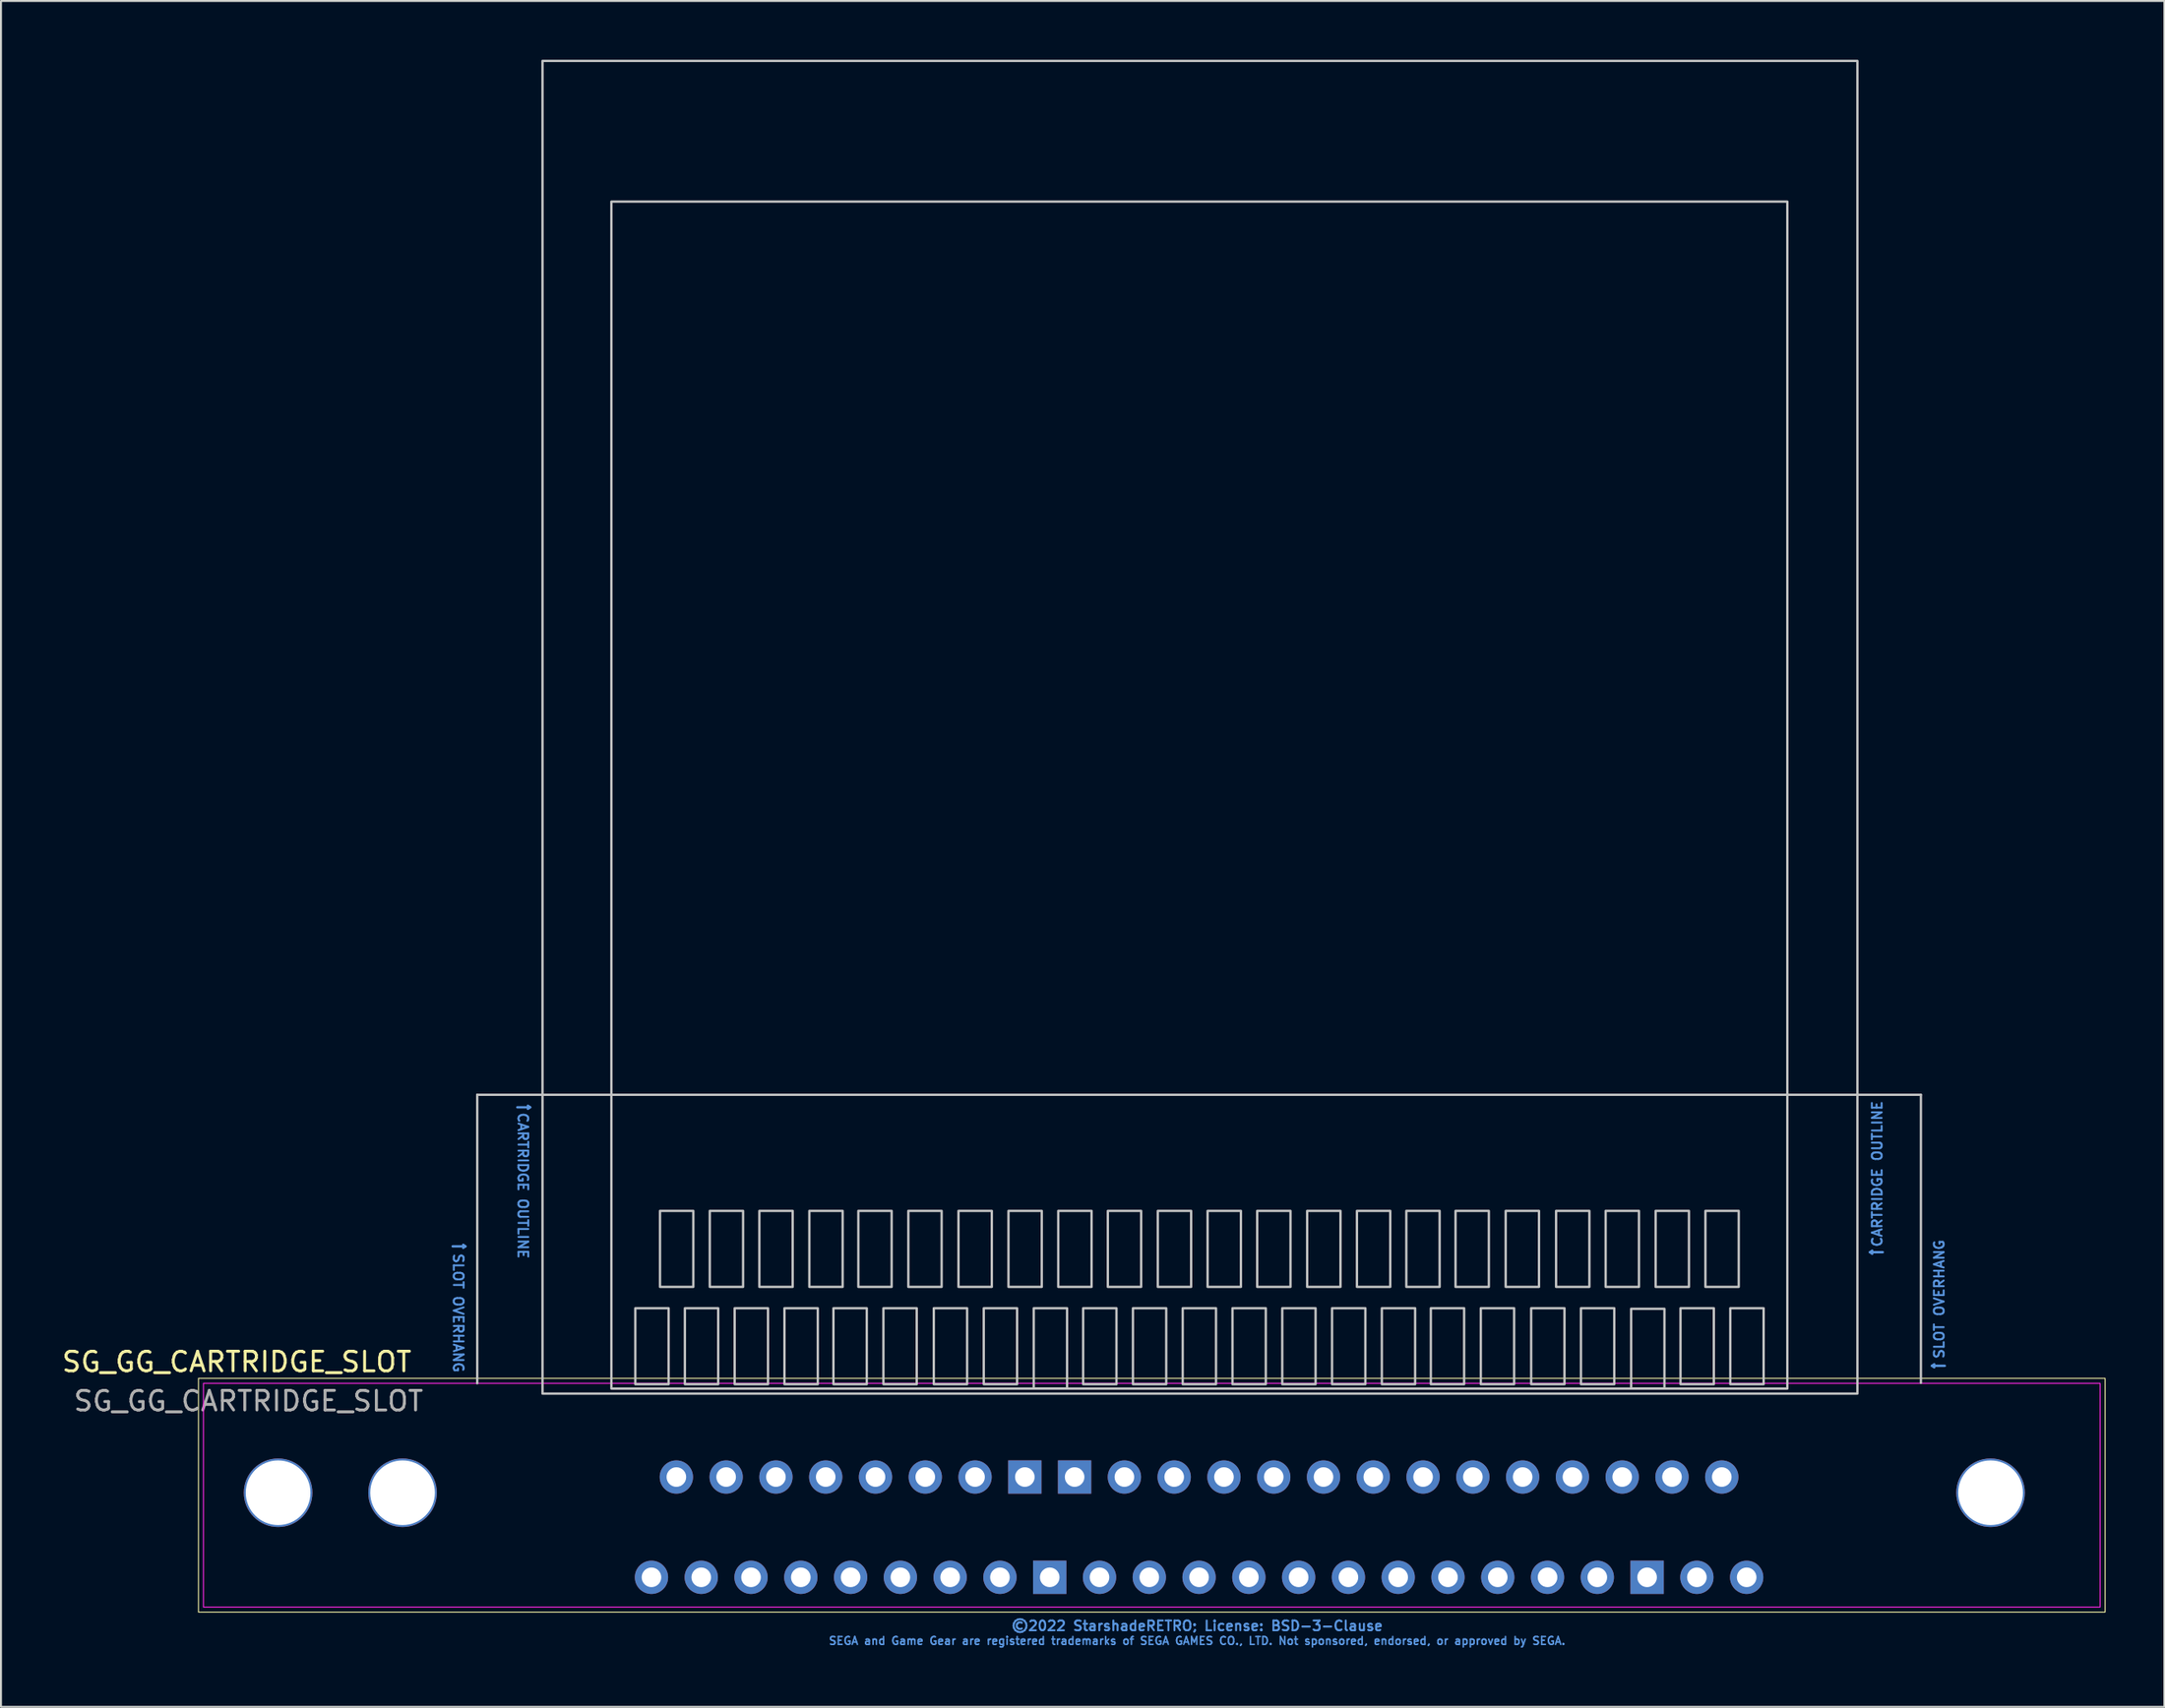
<source format=kicad_pcb>
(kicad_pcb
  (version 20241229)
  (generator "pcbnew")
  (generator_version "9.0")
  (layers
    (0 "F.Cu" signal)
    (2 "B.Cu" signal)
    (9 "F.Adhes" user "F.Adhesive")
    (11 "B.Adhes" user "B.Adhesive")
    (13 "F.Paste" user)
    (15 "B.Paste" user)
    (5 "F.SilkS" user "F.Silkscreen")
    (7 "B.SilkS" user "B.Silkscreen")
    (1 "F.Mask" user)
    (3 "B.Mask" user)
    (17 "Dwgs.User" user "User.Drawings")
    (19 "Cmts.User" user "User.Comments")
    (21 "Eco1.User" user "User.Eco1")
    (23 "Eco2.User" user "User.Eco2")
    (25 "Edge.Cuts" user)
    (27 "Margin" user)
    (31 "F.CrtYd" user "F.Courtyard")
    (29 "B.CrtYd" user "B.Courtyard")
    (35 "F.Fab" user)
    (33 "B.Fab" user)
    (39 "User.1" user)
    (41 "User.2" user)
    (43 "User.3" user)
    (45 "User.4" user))
  (footprint "SG_GG_CARTRIDGE_SLOT"
    (layer "F.Cu")
    (at 58.03 74.89)
    (property "Reference" "SG_GG_CARTRIDGE_SLOT" (at -49 -8.4 0) (unlocked yes) (layer "F.SilkS") (effects (font (size 1 1) (thickness 0.15))))
    (attr through_hole)
    (fp_poly (pts (xy -50.954 4.378) (xy -50.954 -7.56) (xy 46.328 -7.56) (xy 46.328 4.378)) (stroke (width 0.05) (type solid)) (fill no) (layer "F.SilkS"))
    (fp_line (start -36.73 -22.038) (end 36.93 -22.038) (stroke (width 0.12) (type solid)) (layer "Dwgs.User"))
    (fp_line (start -36.73 -7.306) (end -36.73 -22.038) (stroke (width 0.12) (type solid)) (layer "Dwgs.User"))
    (fp_line (start 36.93 -7.33) (end 36.93 -22.038) (stroke (width 0.12) (type solid)) (layer "Dwgs.User"))
    (fp_rect (start -33.4 -6.78) (end 33.69 -74.83) (stroke (width 0.12) (type solid)) (fill no) (layer "Dwgs.User"))
    (fp_rect (start -29.885 -7.036) (end 30.115 -67.646) (stroke (width 0.12) (type solid)) (fill no) (layer "Dwgs.User"))
    (fp_rect (start -28.665 -7.26) (end -26.965 -11.14) (stroke (width 0.12) (type solid)) (fill no) (layer "Dwgs.User"))
    (fp_rect (start -27.405 -12.23) (end -25.705 -16.11) (stroke (width 0.12) (type solid)) (fill no) (layer "Dwgs.User"))
    (fp_rect (start -26.135 -7.26) (end -24.435 -11.14) (stroke (width 0.12) (type solid)) (fill no) (layer "Dwgs.User"))
    (fp_rect (start -24.865 -12.23) (end -23.165 -16.11) (stroke (width 0.12) (type solid)) (fill no) (layer "Dwgs.User"))
    (fp_rect (start -23.595 -7.26) (end -21.895 -11.14) (stroke (width 0.12) (type solid)) (fill no) (layer "Dwgs.User"))
    (fp_rect (start -22.335 -12.23) (end -20.635 -16.11) (stroke (width 0.12) (type solid)) (fill no) (layer "Dwgs.User"))
    (fp_rect (start -21.055 -7.26) (end -19.355 -11.14) (stroke (width 0.12) (type solid)) (fill no) (layer "Dwgs.User"))
    (fp_rect (start -19.785 -12.23) (end -18.085 -16.11) (stroke (width 0.12) (type solid)) (fill no) (layer "Dwgs.User"))
    (fp_rect (start -18.555 -7.26) (end -16.855 -11.14) (stroke (width 0.12) (type solid)) (fill no) (layer "Dwgs.User"))
    (fp_rect (start -17.285 -12.23) (end -15.585 -16.11) (stroke (width 0.12) (type solid)) (fill no) (layer "Dwgs.User"))
    (fp_rect (start -16.005 -7.26) (end -14.305 -11.14) (stroke (width 0.12) (type solid)) (fill no) (layer "Dwgs.User"))
    (fp_rect (start -14.735 -12.23) (end -13.035 -16.11) (stroke (width 0.12) (type solid)) (fill no) (layer "Dwgs.User"))
    (fp_rect (start -13.435 -7.26) (end -11.735 -11.14) (stroke (width 0.12) (type solid)) (fill no) (layer "Dwgs.User"))
    (fp_rect (start -12.175 -12.23) (end -10.475 -16.11) (stroke (width 0.12) (type solid)) (fill no) (layer "Dwgs.User"))
    (fp_rect (start -10.885 -7.26) (end -9.185 -11.14) (stroke (width 0.12) (type solid)) (fill no) (layer "Dwgs.User"))
    (fp_rect (start -9.625 -12.23) (end -7.925 -16.11) (stroke (width 0.12) (type solid)) (fill no) (layer "Dwgs.User"))
    (fp_rect (start -8.335 -7.04) (end -6.635 -11.14) (stroke (width 0.12) (type solid)) (fill no) (layer "Dwgs.User"))
    (fp_rect (start -7.085 -12.23) (end -5.385 -16.11) (stroke (width 0.12) (type solid)) (fill no) (layer "Dwgs.User"))
    (fp_rect (start -5.815 -7.26) (end -4.115 -11.14) (stroke (width 0.12) (type solid)) (fill no) (layer "Dwgs.User"))
    (fp_rect (start -4.555 -12.23) (end -2.855 -16.11) (stroke (width 0.12) (type solid)) (fill no) (layer "Dwgs.User"))
    (fp_rect (start -3.275 -7.26) (end -1.575 -11.14) (stroke (width 0.12) (type solid)) (fill no) (layer "Dwgs.User"))
    (fp_rect (start -2.005 -12.23) (end -0.305 -16.11) (stroke (width 0.12) (type solid)) (fill no) (layer "Dwgs.User"))
    (fp_rect (start -0.735 -7.26) (end 0.965 -11.14) (stroke (width 0.12) (type solid)) (fill no) (layer "Dwgs.User"))
    (fp_rect (start 0.535 -12.23) (end 2.235 -16.11) (stroke (width 0.12) (type solid)) (fill no) (layer "Dwgs.User"))
    (fp_rect (start 1.805 -7.26) (end 3.505 -11.14) (stroke (width 0.12) (type solid)) (fill no) (layer "Dwgs.User"))
    (fp_rect (start 3.065 -12.23) (end 4.765 -16.11) (stroke (width 0.12) (type solid)) (fill no) (layer "Dwgs.User"))
    (fp_rect (start 4.345 -7.26) (end 6.045 -11.14) (stroke (width 0.12) (type solid)) (fill no) (layer "Dwgs.User"))
    (fp_rect (start 5.615 -12.23) (end 7.315 -16.11) (stroke (width 0.12) (type solid)) (fill no) (layer "Dwgs.User"))
    (fp_rect (start 6.885 -7.26) (end 8.585 -11.14) (stroke (width 0.12) (type solid)) (fill no) (layer "Dwgs.User"))
    (fp_rect (start 8.155 -12.23) (end 9.855 -16.11) (stroke (width 0.12) (type solid)) (fill no) (layer "Dwgs.User"))
    (fp_rect (start 9.425 -7.26) (end 11.125 -11.14) (stroke (width 0.12) (type solid)) (fill no) (layer "Dwgs.User"))
    (fp_rect (start 10.675 -12.23) (end 12.375 -16.11) (stroke (width 0.12) (type solid)) (fill no) (layer "Dwgs.User"))
    (fp_rect (start 11.925 -7.26) (end 13.625 -11.14) (stroke (width 0.12) (type solid)) (fill no) (layer "Dwgs.User"))
    (fp_rect (start 13.185 -12.23) (end 14.885 -16.11) (stroke (width 0.12) (type solid)) (fill no) (layer "Dwgs.User"))
    (fp_rect (start 14.475 -7.26) (end 16.175 -11.14) (stroke (width 0.12) (type solid)) (fill no) (layer "Dwgs.User"))
    (fp_rect (start 15.745 -12.23) (end 17.445 -16.11) (stroke (width 0.12) (type solid)) (fill no) (layer "Dwgs.User"))
    (fp_rect (start 17.045 -7.26) (end 18.745 -11.14) (stroke (width 0.12) (type solid)) (fill no) (layer "Dwgs.User"))
    (fp_rect (start 18.315 -12.23) (end 20.015 -16.11) (stroke (width 0.12) (type solid)) (fill no) (layer "Dwgs.User"))
    (fp_rect (start 19.585 -7.26) (end 21.285 -11.14) (stroke (width 0.12) (type solid)) (fill no) (layer "Dwgs.User"))
    (fp_rect (start 20.845 -12.23) (end 22.545 -16.11) (stroke (width 0.12) (type solid)) (fill no) (layer "Dwgs.User"))
    (fp_rect (start 22.145 -7.04) (end 23.845 -11.11) (stroke (width 0.12) (type solid)) (fill no) (layer "Dwgs.User"))
    (fp_rect (start 23.395 -12.23) (end 25.095 -16.11) (stroke (width 0.12) (type solid)) (fill no) (layer "Dwgs.User"))
    (fp_rect (start 24.665 -7.26) (end 26.365 -11.14) (stroke (width 0.12) (type solid)) (fill no) (layer "Dwgs.User"))
    (fp_rect (start 25.935 -12.23) (end 27.635 -16.11) (stroke (width 0.12) (type solid)) (fill no) (layer "Dwgs.User"))
    (fp_rect (start 27.205 -7.26) (end 28.905 -11.14) (stroke (width 0.12) (type solid)) (fill no) (layer "Dwgs.User"))
    (fp_line (start -37.985 -14.3) (end -37.335 -14.3) (stroke (width 0.12) (type solid)) (layer "Cmts.User"))
    (fp_line (start -37.335 -14.3) (end -37.445 -14.38) (stroke (width 0.12) (type solid)) (layer "Cmts.User"))
    (fp_line (start -37.335 -14.3) (end -37.445 -14.22) (stroke (width 0.12) (type solid)) (layer "Cmts.User"))
    (fp_line (start -34.685 -21.4) (end -34.035 -21.4) (stroke (width 0.12) (type solid)) (layer "Cmts.User"))
    (fp_line (start -34.035 -21.4) (end -34.145 -21.48) (stroke (width 0.12) (type solid)) (layer "Cmts.User"))
    (fp_line (start -34.035 -21.4) (end -34.145 -21.32) (stroke (width 0.12) (type solid)) (layer "Cmts.User"))
    (fp_line (start 34.335 -14) (end 34.445 -14.08) (stroke (width 0.12) (type solid)) (layer "Cmts.User"))
    (fp_line (start 34.335 -14) (end 34.445 -13.92) (stroke (width 0.12) (type solid)) (layer "Cmts.User"))
    (fp_line (start 34.985 -14) (end 34.335 -14) (stroke (width 0.12) (type solid)) (layer "Cmts.User"))
    (fp_line (start 37.5 -8.2) (end 37.61 -8.28) (stroke (width 0.12) (type solid)) (layer "Cmts.User"))
    (fp_line (start 37.5 -8.2) (end 37.61 -8.12) (stroke (width 0.12) (type solid)) (layer "Cmts.User"))
    (fp_line (start 38.15 -8.2) (end 37.5 -8.2) (stroke (width 0.12) (type solid)) (layer "Cmts.User"))
    (fp_poly (pts (xy -50.7 4.124) (xy -50.7 -7.306) (xy 46.074 -7.306) (xy 46.074 4.124)) (stroke (width 0.05) (type solid)) (fill no) (layer "F.CrtYd"))
    (fp_text user "SLOT OVERHANG" (at 37.865 -11.6 90) (unlocked yes) (layer "Cmts.User") (effects (font (size 0.5 0.5) (thickness 0.1))))
    (fp_text user "©2022 StarshadeRETRO; License: BSD-3-Clause" (at 0 5.08 0) (layer "Cmts.User") (effects (font (size 0.5 0.5) (thickness 0.1))))
    (fp_text user "SEGA and Game Gear are registered trademarks of SEGA GAMES CO., LTD. Not sponsored, endorsed, or approved by SEGA." (at 0 5.842 0) (layer "Cmts.User") (effects (font (size 0.4 0.4) (thickness 0.08))))
    (fp_text user "CARTRIDGE OUTLINE" (at -34.4 -17.4 270) (unlocked yes) (layer "Cmts.User") (effects (font (size 0.5 0.5) (thickness 0.1))))
    (fp_text user "CARTRIDGE OUTLINE" (at 34.7 -18 90) (unlocked yes) (layer "Cmts.User") (effects (font (size 0.5 0.5) (thickness 0.1))))
    (fp_text user "SLOT OVERHANG" (at -37.7 -10.9 270) (unlocked yes) (layer "Cmts.User") (effects (font (size 0.5 0.5) (thickness 0.1))))
    (fp_text user "${REFERENCE}" (at -48.4 -6.4 0) (unlocked yes) (layer "F.Fab") (effects (font (size 1 1) (thickness 0.15))))
    (pad "" np_thru_hole circle (at -46.89 -1.718 90) (size 3.5 3.5) (drill 3.3) (layers "*.Cu" "*.Mask"))
    (pad "" np_thru_hole circle (at -40.54 -1.718 90) (size 3.5 3.5) (drill 3.3) (layers "*.Cu" "*.Mask"))
    (pad "" np_thru_hole circle (at 40.486 -1.718 90) (size 3.5 3.5) (drill 3.3) (layers "*.Cu" "*.Mask"))
    (pad "1" thru_hole circle (at -27.84 2.6 90) (size 1.7 1.7) (drill 1) (layers "*.Cu" "*.Mask"))
    (pad "2" thru_hole circle (at -26.57 -2.52 90) (size 1.7 1.7) (drill 1) (layers "*.Cu" "*.Mask"))
    (pad "3" thru_hole oval (at -25.3 2.6 90) (size 1.7 1.7) (drill 1) (layers "*.Cu" "*.Mask"))
    (pad "4" thru_hole oval (at -24.03 -2.52 90) (size 1.7 1.7) (drill 1) (layers "*.Cu" "*.Mask"))
    (pad "5" thru_hole oval (at -22.76 2.6 90) (size 1.7 1.7) (drill 1) (layers "*.Cu" "*.Mask"))
    (pad "6" thru_hole oval (at -21.49 -2.52 90) (size 1.7 1.7) (drill 1) (layers "*.Cu" "*.Mask"))
    (pad "7" thru_hole oval (at -20.22 2.6 90) (size 1.7 1.7) (drill 1) (layers "*.Cu" "*.Mask"))
    (pad "8" thru_hole oval (at -18.95 -2.52 90) (size 1.7 1.7) (drill 1) (layers "*.Cu" "*.Mask"))
    (pad "9" thru_hole oval (at -17.68 2.6 90) (size 1.7 1.7) (drill 1) (layers "*.Cu" "*.Mask"))
    (pad "10" thru_hole oval (at -16.41 -2.52 90) (size 1.7 1.7) (drill 1) (layers "*.Cu" "*.Mask"))
    (pad "11" thru_hole oval (at -15.14 2.6 90) (size 1.7 1.7) (drill 1) (layers "*.Cu" "*.Mask"))
    (pad "12" thru_hole oval (at -13.87 -2.52 90) (size 1.7 1.7) (drill 1) (layers "*.Cu" "*.Mask"))
    (pad "13" thru_hole oval (at -12.6 2.6 90) (size 1.7 1.7) (drill 1) (layers "*.Cu" "*.Mask"))
    (pad "14" thru_hole oval (at -11.33 -2.52 90) (size 1.7 1.7) (drill 1) (layers "*.Cu" "*.Mask"))
    (pad "15" thru_hole oval (at -10.06 2.6 90) (size 1.7 1.7) (drill 1) (layers "*.Cu" "*.Mask"))
    (pad "16" thru_hole rect (at -8.79 -2.52 90) (size 1.7 1.7) (drill 1) (layers "*.Cu" "*.Mask"))
    (pad "17" thru_hole rect (at -7.52 2.6 90) (size 1.7 1.7) (drill 1) (layers "*.Cu" "*.Mask"))
    (pad "18" thru_hole rect (at -6.25 -2.52 90) (size 1.7 1.7) (drill 1) (layers "*.Cu" "*.Mask"))
    (pad "19" thru_hole oval (at -4.98 2.6 90) (size 1.7 1.7) (drill 1) (layers "*.Cu" "*.Mask"))
    (pad "20" thru_hole oval (at -3.71 -2.52 90) (size 1.7 1.7) (drill 1) (layers "*.Cu" "*.Mask"))
    (pad "21" thru_hole oval (at -2.44 2.6 90) (size 1.7 1.7) (drill 1) (layers "*.Cu" "*.Mask"))
    (pad "22" thru_hole oval (at -1.17 -2.52 90) (size 1.7 1.7) (drill 1) (layers "*.Cu" "*.Mask"))
    (pad "23" thru_hole oval (at 0.1 2.6 90) (size 1.7 1.7) (drill 1) (layers "*.Cu" "*.Mask"))
    (pad "24" thru_hole oval (at 1.37 -2.52 90) (size 1.7 1.7) (drill 1) (layers "*.Cu" "*.Mask"))
    (pad "25" thru_hole oval (at 2.64 2.6 90) (size 1.7 1.7) (drill 1) (layers "*.Cu" "*.Mask"))
    (pad "26" thru_hole oval (at 3.91 -2.52 90) (size 1.7 1.7) (drill 1) (layers "*.Cu" "*.Mask"))
    (pad "27" thru_hole oval (at 5.18 2.6 90) (size 1.7 1.7) (drill 1) (layers "*.Cu" "*.Mask"))
    (pad "28" thru_hole oval (at 6.45 -2.52 90) (size 1.7 1.7) (drill 1) (layers "*.Cu" "*.Mask"))
    (pad "29" thru_hole oval (at 7.72 2.6 90) (size 1.7 1.7) (drill 1) (layers "*.Cu" "*.Mask"))
    (pad "30" thru_hole oval (at 8.99 -2.52 90) (size 1.7 1.7) (drill 1) (layers "*.Cu" "*.Mask"))
    (pad "31" thru_hole oval (at 10.26 2.6 90) (size 1.7 1.7) (drill 1) (layers "*.Cu" "*.Mask"))
    (pad "32" thru_hole oval (at 11.53 -2.52 90) (size 1.7 1.7) (drill 1) (layers "*.Cu" "*.Mask"))
    (pad "33" thru_hole oval (at 12.8 2.6 90) (size 1.7 1.7) (drill 1) (layers "*.Cu" "*.Mask"))
    (pad "34" thru_hole oval (at 14.07 -2.52 90) (size 1.7 1.7) (drill 1) (layers "*.Cu" "*.Mask"))
    (pad "35" thru_hole oval (at 15.34 2.6 90) (size 1.7 1.7) (drill 1) (layers "*.Cu" "*.Mask"))
    (pad "36" thru_hole oval (at 16.61 -2.52 90) (size 1.7 1.7) (drill 1) (layers "*.Cu" "*.Mask"))
    (pad "37" thru_hole oval (at 17.88 2.6 90) (size 1.7 1.7) (drill 1) (layers "*.Cu" "*.Mask"))
    (pad "38" thru_hole oval (at 19.15 -2.52 90) (size 1.7 1.7) (drill 1) (layers "*.Cu" "*.Mask"))
    (pad "39" thru_hole oval (at 20.42 2.6 90) (size 1.7 1.7) (drill 1) (layers "*.Cu" "*.Mask"))
    (pad "40" thru_hole oval (at 21.69 -2.52 90) (size 1.7 1.7) (drill 1) (layers "*.Cu" "*.Mask"))
    (pad "41" thru_hole rect (at 22.96 2.6 90) (size 1.7 1.7) (drill 1) (layers "*.Cu" "*.Mask"))
    (pad "42" thru_hole oval (at 24.23 -2.52 90) (size 1.7 1.7) (drill 1) (layers "*.Cu" "*.Mask"))
    (pad "43" thru_hole oval (at 25.5 2.6 90) (size 1.7 1.7) (drill 1) (layers "*.Cu" "*.Mask"))
    (pad "44" thru_hole oval (at 26.77 -2.52 90) (size 1.7 1.7) (drill 1) (layers "*.Cu" "*.Mask"))
    (pad "45" thru_hole oval (at 28.04 2.6 90) (size 1.7 1.7) (drill 1) (layers "*.Cu" "*.Mask")))
  (gr_rect
    (start -3 -3)
    (end 107.383 84.106)
    (stroke (width 0.1) (type default))
    (fill no)
    (layer "Edge.Cuts")))
</source>
